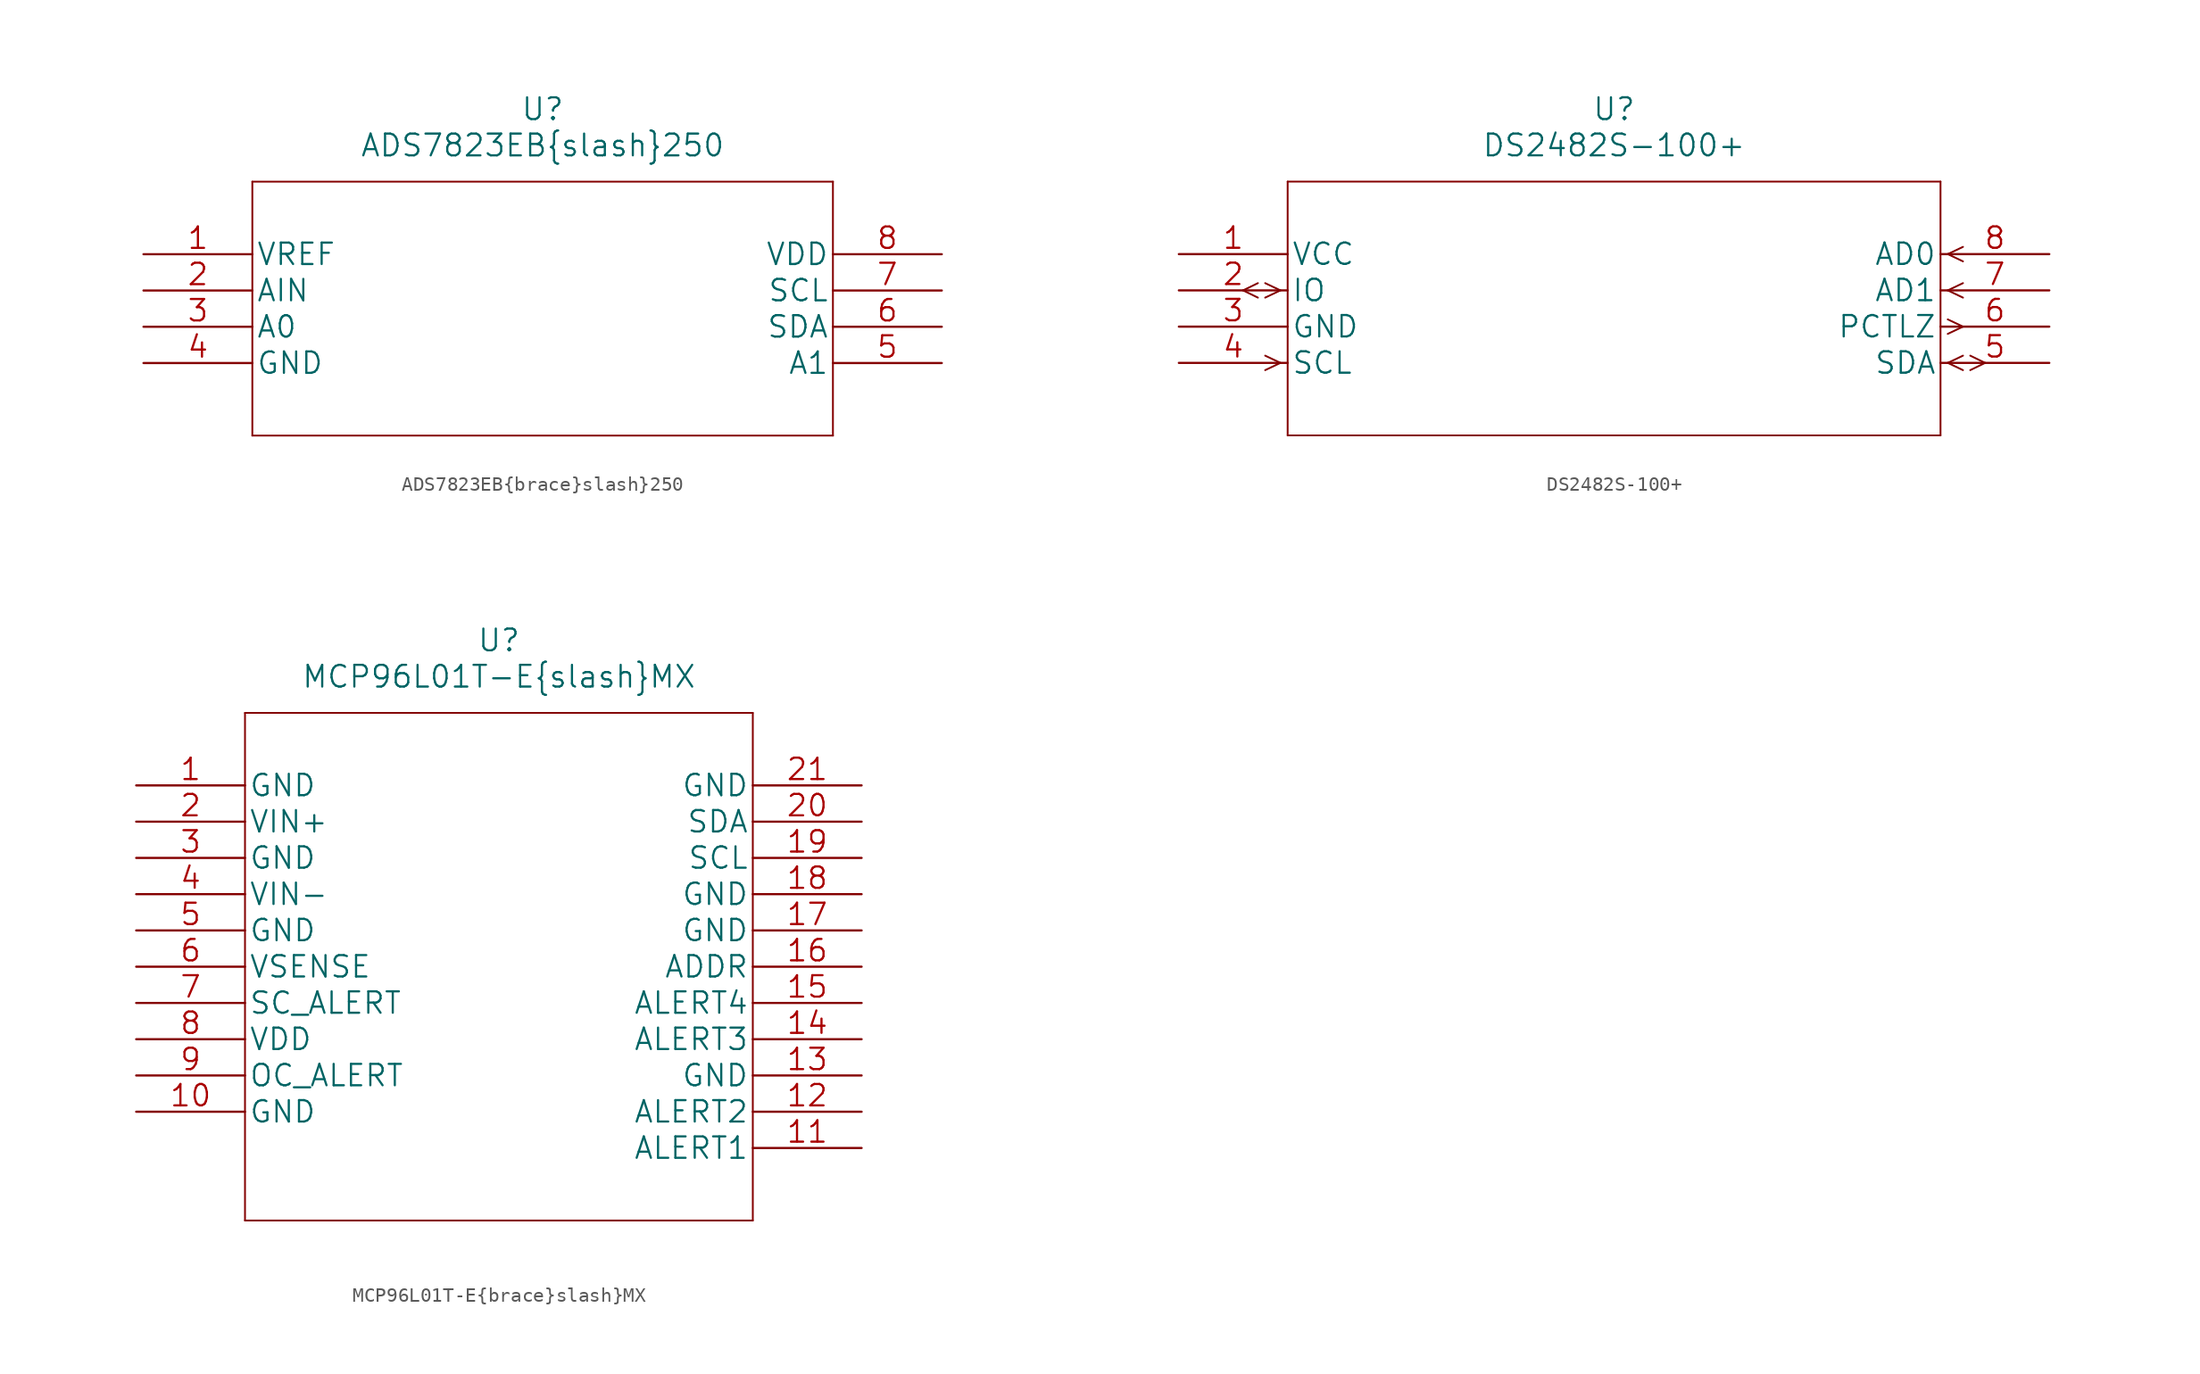
<source format=kicad_sym>
(kicad_symbol_lib
  (version 20211014)
  (generator kicad_symbol_editor)
  (symbol "ADS7823EB{brace}slash}250"
    (pin_names
      (offset 0.254))
    (property "Reference" "U"
      (at 27.94 10.16 0)
      (effects (font (size 1.524 1.524))))
    (property "Value" "ADS7823EB{brace}slash}250"
      (at 27.94 7.62 0)
      (effects (font (size 1.524 1.524))))
    (property "Datasheet" ""
      (at 0 0 0)
      (effects (font (size 1.524 1.524))))
    (property "ki_locked" ""
      (at 0 0 0)
      (effects (font (size 1.27 1.27))))
    (symbol "ADS7823EB{brace}slash}250_1_1"
      (polyline (pts (xy 7.62 -12.7) (xy 48.26 -12.7)) (stroke (width 0.127) (type default) (color 0 0 0 0)) (fill (type none)))
      (polyline (pts (xy 7.62 5.08) (xy 7.62 -12.7)) (stroke (width 0.127) (type default) (color 0 0 0 0)) (fill (type none)))
      (polyline (pts (xy 48.26 -12.7) (xy 48.26 5.08)) (stroke (width 0.127) (type default) (color 0 0 0 0)) (fill (type none)))
      (polyline (pts (xy 48.26 5.08) (xy 7.62 5.08)) (stroke (width 0.127) (type default) (color 0 0 0 0)) (fill (type none)))
      (pin input line (at 0 0 0) (length 7.62) (name "VREF" (effects (font (size 1.499 1.499)))) (number "1" (effects (font (size 1.499 1.499)))))
      (pin input line (at 0 -2.54 0) (length 7.62) (name "AIN" (effects (font (size 1.499 1.499)))) (number "2" (effects (font (size 1.499 1.499)))))
      (pin unspecified line (at 0 -5.08 0) (length 7.62) (name "A0" (effects (font (size 1.499 1.499)))) (number "3" (effects (font (size 1.499 1.499)))))
      (pin power_in line (at 0 -7.62 0) (length 7.62) (name "GND" (effects (font (size 1.499 1.499)))) (number "4" (effects (font (size 1.499 1.499)))))
      (pin unspecified line (at 55.88 -7.62 180) (length 7.62) (name "A1" (effects (font (size 1.499 1.499)))) (number "5" (effects (font (size 1.499 1.499)))))
      (pin unspecified line (at 55.88 -5.08 180) (length 7.62) (name "SDA" (effects (font (size 1.499 1.499)))) (number "6" (effects (font (size 1.499 1.499)))))
      (pin unspecified line (at 55.88 -2.54 180) (length 7.62) (name "SCL" (effects (font (size 1.499 1.499)))) (number "7" (effects (font (size 1.499 1.499)))))
      (pin power_in line (at 55.88 0 180) (length 7.62) (name "VDD" (effects (font (size 1.499 1.499)))) (number "8" (effects (font (size 1.499 1.499)))))))
  (symbol "DS2482S-100+"
    (pin_names
      (offset 0.254))
    (property "Reference" "U"
      (at 30.48 10.16 0)
      (effects (font (size 1.524 1.524))))
    (property "Value" "DS2482S-100+"
      (at 30.48 7.62 0)
      (effects (font (size 1.524 1.524))))
    (property "Datasheet" ""
      (at 0 0 0)
      (effects (font (size 1.524 1.524))))
    (property "ki_locked" ""
      (at 0 0 0)
      (effects (font (size 1.27 1.27))))
    (symbol "DS2482S-100+_1_1"
      (polyline (pts (xy 5.537 -3.048) (xy 4.496 -2.54)) (stroke (width 0.127) (type default) (color 0 0 0 0)) (fill (type none)))
      (polyline (pts (xy 5.537 -2.032) (xy 4.496 -2.54)) (stroke (width 0.127) (type default) (color 0 0 0 0)) (fill (type none)))
      (polyline (pts (xy 7.112 -7.62) (xy 6.045 -8.128)) (stroke (width 0.127) (type default) (color 0 0 0 0)) (fill (type none)))
      (polyline (pts (xy 7.112 -7.62) (xy 6.045 -7.112)) (stroke (width 0.127) (type default) (color 0 0 0 0)) (fill (type none)))
      (polyline (pts (xy 7.112 -2.54) (xy 6.045 -3.048)) (stroke (width 0.127) (type default) (color 0 0 0 0)) (fill (type none)))
      (polyline (pts (xy 7.112 -2.54) (xy 6.045 -2.032)) (stroke (width 0.127) (type default) (color 0 0 0 0)) (fill (type none)))
      (polyline (pts (xy 7.62 -12.7) (xy 53.34 -12.7)) (stroke (width 0.127) (type default) (color 0 0 0 0)) (fill (type none)))
      (polyline (pts (xy 7.62 5.08) (xy 7.62 -12.7)) (stroke (width 0.127) (type default) (color 0 0 0 0)) (fill (type none)))
      (polyline (pts (xy 53.34 -12.7) (xy 53.34 5.08)) (stroke (width 0.127) (type default) (color 0 0 0 0)) (fill (type none)))
      (polyline (pts (xy 53.34 5.08) (xy 7.62 5.08)) (stroke (width 0.127) (type default) (color 0 0 0 0)) (fill (type none)))
      (polyline (pts (xy 53.848 -7.62) (xy 54.915 -8.128)) (stroke (width 0.127) (type default) (color 0 0 0 0)) (fill (type none)))
      (polyline (pts (xy 53.848 -7.62) (xy 54.915 -7.112)) (stroke (width 0.127) (type default) (color 0 0 0 0)) (fill (type none)))
      (polyline (pts (xy 53.848 -5.588) (xy 54.915 -5.08)) (stroke (width 0.127) (type default) (color 0 0 0 0)) (fill (type none)))
      (polyline (pts (xy 53.848 -4.572) (xy 54.915 -5.08)) (stroke (width 0.127) (type default) (color 0 0 0 0)) (fill (type none)))
      (polyline (pts (xy 53.848 -2.54) (xy 54.915 -3.048)) (stroke (width 0.127) (type default) (color 0 0 0 0)) (fill (type none)))
      (polyline (pts (xy 53.848 -2.54) (xy 54.915 -2.032)) (stroke (width 0.127) (type default) (color 0 0 0 0)) (fill (type none)))
      (polyline (pts (xy 53.848 0) (xy 54.915 -0.508)) (stroke (width 0.127) (type default) (color 0 0 0 0)) (fill (type none)))
      (polyline (pts (xy 53.848 0) (xy 54.915 0.508)) (stroke (width 0.127) (type default) (color 0 0 0 0)) (fill (type none)))
      (polyline (pts (xy 55.423 -8.128) (xy 56.464 -7.62)) (stroke (width 0.127) (type default) (color 0 0 0 0)) (fill (type none)))
      (polyline (pts (xy 55.423 -7.112) (xy 56.464 -7.62)) (stroke (width 0.127) (type default) (color 0 0 0 0)) (fill (type none)))
      (pin power_in line (at 0 0 0) (length 7.62) (name "VCC" (effects (font (size 1.499 1.499)))) (number "1" (effects (font (size 1.499 1.499)))))
      (pin bidirectional line (at 0 -2.54 0) (length 7.62) (name "IO" (effects (font (size 1.499 1.499)))) (number "2" (effects (font (size 1.499 1.499)))))
      (pin power_in line (at 0 -5.08 0) (length 7.62) (name "GND" (effects (font (size 1.499 1.499)))) (number "3" (effects (font (size 1.499 1.499)))))
      (pin input line (at 0 -7.62 0) (length 7.62) (name "SCL" (effects (font (size 1.499 1.499)))) (number "4" (effects (font (size 1.499 1.499)))))
      (pin bidirectional line (at 60.96 -7.62 180) (length 7.62) (name "SDA" (effects (font (size 1.499 1.499)))) (number "5" (effects (font (size 1.499 1.499)))))
      (pin output line (at 60.96 -5.08 180) (length 7.62) (name "PCTLZ" (effects (font (size 1.499 1.499)))) (number "6" (effects (font (size 1.499 1.499)))))
      (pin input line (at 60.96 -2.54 180) (length 7.62) (name "AD1" (effects (font (size 1.499 1.499)))) (number "7" (effects (font (size 1.499 1.499)))))
      (pin input line (at 60.96 0 180) (length 7.62) (name "AD0" (effects (font (size 1.499 1.499)))) (number "8" (effects (font (size 1.499 1.499)))))))
  (symbol "MCP96L01T-E{brace}slash}MX"
    (pin_names
      (offset 0.254))
    (property "Reference" "U"
      (at 25.4 10.16 0)
      (effects (font (size 1.524 1.524))))
    (property "Value" "MCP96L01T-E{brace}slash}MX"
      (at 25.4 7.62 0)
      (effects (font (size 1.524 1.524))))
    (property "Datasheet" ""
      (at 0 0 0)
      (effects (font (size 1.524 1.524))))
    (property "ki_locked" ""
      (at 0 0 0)
      (effects (font (size 1.27 1.27))))
    (symbol "MCP96L01T-E{brace}slash}MX_1_1"
      (polyline (pts (xy 7.62 -30.48) (xy 43.18 -30.48)) (stroke (width 0.127) (type default) (color 0 0 0 0)) (fill (type none)))
      (polyline (pts (xy 7.62 5.08) (xy 7.62 -30.48)) (stroke (width 0.127) (type default) (color 0 0 0 0)) (fill (type none)))
      (polyline (pts (xy 43.18 -30.48) (xy 43.18 5.08)) (stroke (width 0.127) (type default) (color 0 0 0 0)) (fill (type none)))
      (polyline (pts (xy 43.18 5.08) (xy 7.62 5.08)) (stroke (width 0.127) (type default) (color 0 0 0 0)) (fill (type none)))
      (pin power_in line (at 0 0 0) (length 7.62) (name "GND" (effects (font (size 1.499 1.499)))) (number "1" (effects (font (size 1.499 1.499)))))
      (pin power_in line (at 0 -22.86 0) (length 7.62) (name "GND" (effects (font (size 1.499 1.499)))) (number "10" (effects (font (size 1.499 1.499)))))
      (pin output line (at 50.8 -25.4 180) (length 7.62) (name "ALERT1" (effects (font (size 1.499 1.499)))) (number "11" (effects (font (size 1.499 1.499)))))
      (pin output line (at 50.8 -22.86 180) (length 7.62) (name "ALERT2" (effects (font (size 1.499 1.499)))) (number "12" (effects (font (size 1.499 1.499)))))
      (pin power_in line (at 50.8 -20.32 180) (length 7.62) (name "GND" (effects (font (size 1.499 1.499)))) (number "13" (effects (font (size 1.499 1.499)))))
      (pin output line (at 50.8 -17.78 180) (length 7.62) (name "ALERT3" (effects (font (size 1.499 1.499)))) (number "14" (effects (font (size 1.499 1.499)))))
      (pin output line (at 50.8 -15.24 180) (length 7.62) (name "ALERT4" (effects (font (size 1.499 1.499)))) (number "15" (effects (font (size 1.499 1.499)))))
      (pin input line (at 50.8 -12.7 180) (length 7.62) (name "ADDR" (effects (font (size 1.499 1.499)))) (number "16" (effects (font (size 1.499 1.499)))))
      (pin power_in line (at 50.8 -10.16 180) (length 7.62) (name "GND" (effects (font (size 1.499 1.499)))) (number "17" (effects (font (size 1.499 1.499)))))
      (pin power_in line (at 50.8 -7.62 180) (length 7.62) (name "GND" (effects (font (size 1.499 1.499)))) (number "18" (effects (font (size 1.499 1.499)))))
      (pin input line (at 50.8 -5.08 180) (length 7.62) (name "SCL" (effects (font (size 1.499 1.499)))) (number "19" (effects (font (size 1.499 1.499)))))
      (pin input line (at 0 -2.54 0) (length 7.62) (name "VIN+" (effects (font (size 1.499 1.499)))) (number "2" (effects (font (size 1.499 1.499)))))
      (pin bidirectional line (at 50.8 -2.54 180) (length 7.62) (name "SDA" (effects (font (size 1.499 1.499)))) (number "20" (effects (font (size 1.499 1.499)))))
      (pin power_in line (at 50.8 0 180) (length 7.62) (name "GND" (effects (font (size 1.499 1.499)))) (number "21" (effects (font (size 1.499 1.499)))))
      (pin power_in line (at 0 -5.08 0) (length 7.62) (name "GND" (effects (font (size 1.499 1.499)))) (number "3" (effects (font (size 1.499 1.499)))))
      (pin input line (at 0 -7.62 0) (length 7.62) (name "VIN-" (effects (font (size 1.499 1.499)))) (number "4" (effects (font (size 1.499 1.499)))))
      (pin power_in line (at 0 -10.16 0) (length 7.62) (name "GND" (effects (font (size 1.499 1.499)))) (number "5" (effects (font (size 1.499 1.499)))))
      (pin input line (at 0 -12.7 0) (length 7.62) (name "VSENSE" (effects (font (size 1.499 1.499)))) (number "6" (effects (font (size 1.499 1.499)))))
      (pin output line (at 0 -15.24 0) (length 7.62) (name "SC_ALERT" (effects (font (size 1.499 1.499)))) (number "7" (effects (font (size 1.499 1.499)))))
      (pin power_in line (at 0 -17.78 0) (length 7.62) (name "VDD" (effects (font (size 1.499 1.499)))) (number "8" (effects (font (size 1.499 1.499)))))
      (pin output line (at 0 -20.32 0) (length 7.62) (name "OC_ALERT" (effects (font (size 1.499 1.499)))) (number "9" (effects (font (size 1.499 1.499))))))))
</source>
